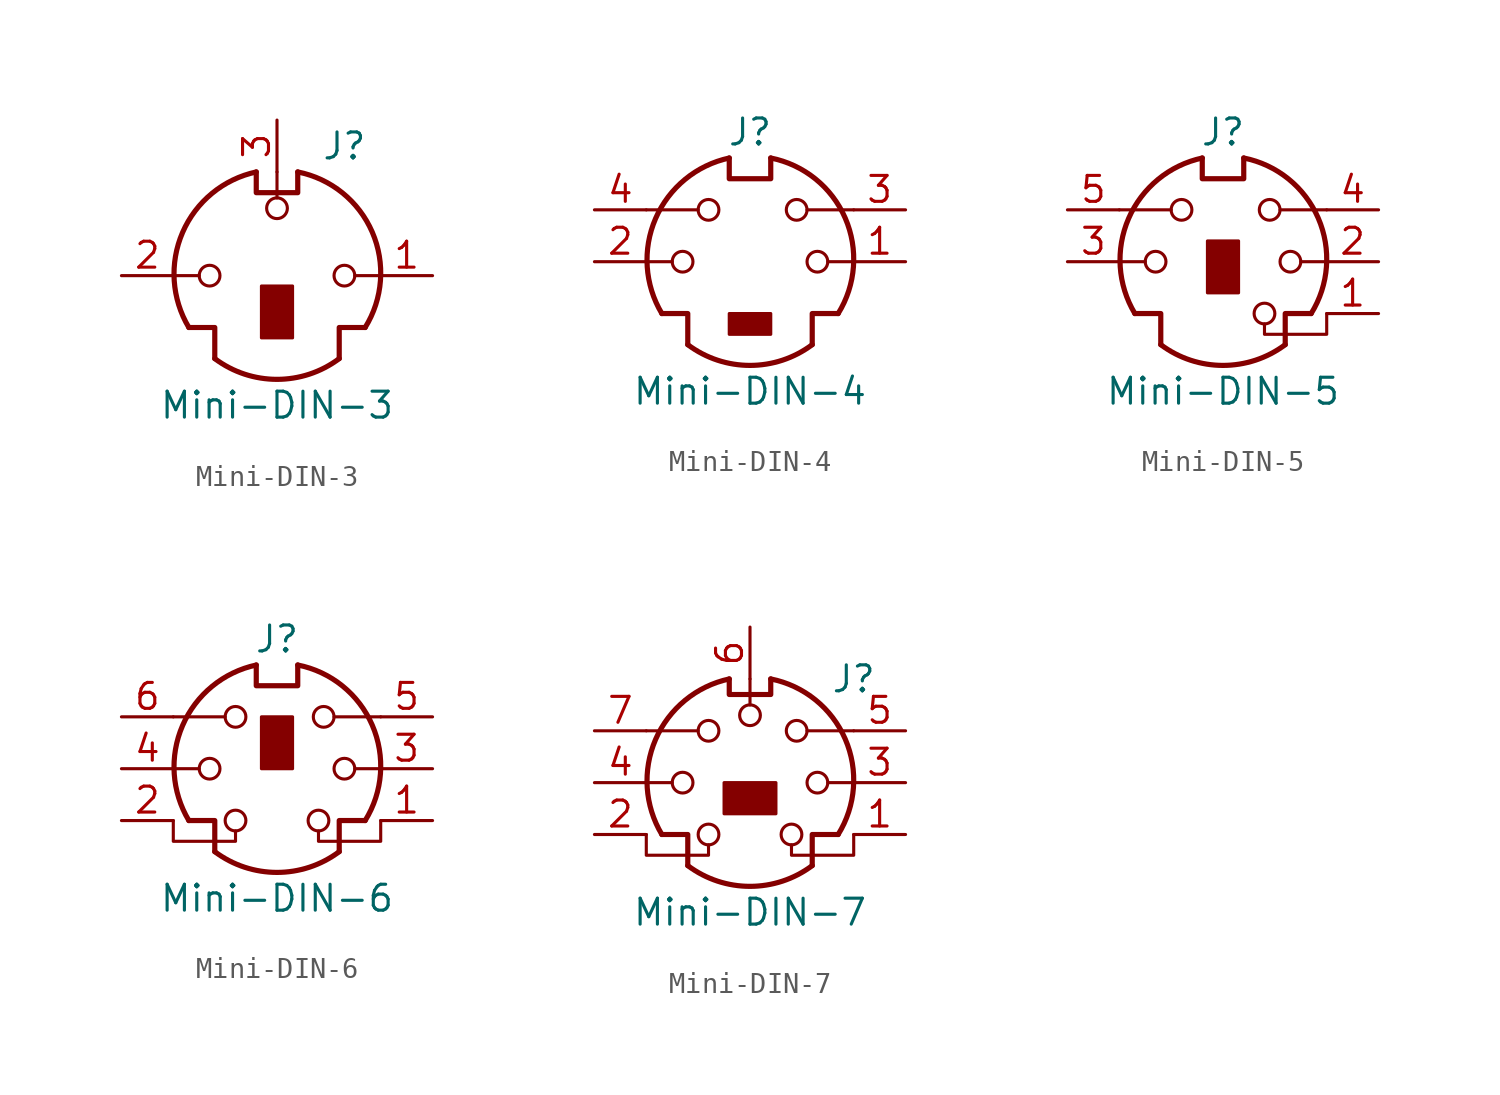
<source format=kicad_sym>
(kicad_symbol_lib
  (version 20211014)
  (generator kicad_symbol_editor)
  (symbol "Mini-DIN-3"
    (pin_names
      (offset 1.016))
    (property "Reference" "J"
      (at 3.302 6.35 0)
      (effects (font (size 1.27 1.27))))
    (property "Value" "Mini-DIN-3"
      (at 0 -6.35 0)
      (effects (font (size 1.27 1.27))))
    (symbol "Mini-DIN-3_0_1"
      (circle (center -3.302 0) (radius 0.508) (stroke (width 0) (type default) (color 0 0 0 0)) (fill (type none)))
      (arc (start -3.048 -4.064) (mid 0 -5.08) (end 3.048 -4.064) (stroke (width 0.254) (type default) (color 0 0 0 0)) (fill (type none)))
      (arc (start -1.016 5.08) (mid -4.6243 2.1181) (end -4.318 -2.54) (stroke (width 0.254) (type default) (color 0 0 0 0)) (fill (type none)))
      (rectangle (start -0.762 -0.508) (end 0.762 -3.048) (stroke (width 0) (type default) (color 0 0 0 0)) (fill (type outline)))
      (polyline (pts (xy -3.81 0) (xy -5.08 0)) (stroke (width 0) (type default) (color 0 0 0 0)) (fill (type none)))
      (polyline (pts (xy 0 3.81) (xy 0 5.08)) (stroke (width 0) (type default) (color 0 0 0 0)) (fill (type none)))
      (polyline (pts (xy 5.08 0) (xy 3.81 0)) (stroke (width 0) (type default) (color 0 0 0 0)) (fill (type none)))
      (polyline (pts (xy -4.318 -2.54) (xy -3.048 -2.54) (xy -3.048 -4.064)) (stroke (width 0.254) (type default) (color 0 0 0 0)) (fill (type none)))
      (polyline (pts (xy 4.318 -2.54) (xy 3.048 -2.54) (xy 3.048 -4.064)) (stroke (width 0.254) (type default) (color 0 0 0 0)) (fill (type none)))
      (polyline (pts (xy -1.016 5.08) (xy -1.016 4.064) (xy 1.016 4.064) (xy 1.016 5.08)) (stroke (width 0.254) (type default) (color 0 0 0 0)) (fill (type none)))
      (circle (center 0 3.302) (radius 0.508) (stroke (width 0) (type default) (color 0 0 0 0)) (fill (type none)))
      (circle (center 3.302 0) (radius 0.508) (stroke (width 0) (type default) (color 0 0 0 0)) (fill (type none)))
      (arc (start 4.318 -2.54) (mid 4.6646 2.1357) (end 1.016 5.08) (stroke (width 0.254) (type default) (color 0 0 0 0)) (fill (type none))))
    (symbol "Mini-DIN-3_1_1"
      (pin passive line (at 7.62 0 180) (length 2.54) (name "~" (effects (font (size 1.27 1.27)))) (number "1" (effects (font (size 1.27 1.27)))))
      (pin passive line (at -7.62 0 0) (length 2.54) (name "~" (effects (font (size 1.27 1.27)))) (number "2" (effects (font (size 1.27 1.27)))))
      (pin passive line (at 0 7.62 270) (length 2.54) (name "~" (effects (font (size 1.27 1.27)))) (number "3" (effects (font (size 1.27 1.27)))))))
  (symbol "Mini-DIN-4"
    (pin_names
      (offset 1.016))
    (property "Reference" "J"
      (at 0 6.35 0)
      (effects (font (size 1.27 1.27))))
    (property "Value" "Mini-DIN-4"
      (at 0 -6.35 0)
      (effects (font (size 1.27 1.27))))
    (symbol "Mini-DIN-4_0_1"
      (circle (center -3.302 0) (radius 0.508) (stroke (width 0) (type default) (color 0 0 0 0)) (fill (type none)))
      (arc (start -3.048 -4.064) (mid 0 -5.08) (end 3.048 -4.064) (stroke (width 0.254) (type default) (color 0 0 0 0)) (fill (type none)))
      (circle (center -2.032 2.54) (radius 0.508) (stroke (width 0) (type default) (color 0 0 0 0)) (fill (type none)))
      (rectangle (start -1.016 -2.54) (end 1.016 -3.556) (stroke (width 0) (type default) (color 0 0 0 0)) (fill (type outline)))
      (arc (start -1.016 5.08) (mid -4.6243 2.1181) (end -4.318 -2.54) (stroke (width 0.254) (type default) (color 0 0 0 0)) (fill (type none)))
      (polyline (pts (xy -3.81 0) (xy -5.08 0)) (stroke (width 0) (type default) (color 0 0 0 0)) (fill (type none)))
      (polyline (pts (xy -2.54 2.54) (xy -5.08 2.54)) (stroke (width 0) (type default) (color 0 0 0 0)) (fill (type none)))
      (polyline (pts (xy 2.794 2.54) (xy 5.08 2.54)) (stroke (width 0) (type default) (color 0 0 0 0)) (fill (type none)))
      (polyline (pts (xy 5.08 0) (xy 3.81 0)) (stroke (width 0) (type default) (color 0 0 0 0)) (fill (type none)))
      (polyline (pts (xy -4.318 -2.54) (xy -3.048 -2.54) (xy -3.048 -4.064)) (stroke (width 0.254) (type default) (color 0 0 0 0)) (fill (type none)))
      (polyline (pts (xy 4.318 -2.54) (xy 3.048 -2.54) (xy 3.048 -4.064)) (stroke (width 0.254) (type default) (color 0 0 0 0)) (fill (type none)))
      (polyline (pts (xy -1.016 5.08) (xy -1.016 4.064) (xy 1.016 4.064) (xy 1.016 5.08)) (stroke (width 0.254) (type default) (color 0 0 0 0)) (fill (type none)))
      (circle (center 2.286 2.54) (radius 0.508) (stroke (width 0) (type default) (color 0 0 0 0)) (fill (type none)))
      (circle (center 3.302 0) (radius 0.508) (stroke (width 0) (type default) (color 0 0 0 0)) (fill (type none)))
      (arc (start 4.318 -2.54) (mid 4.6646 2.1357) (end 1.016 5.08) (stroke (width 0.254) (type default) (color 0 0 0 0)) (fill (type none))))
    (symbol "Mini-DIN-4_1_1"
      (pin passive line (at 7.62 0 180) (length 2.54) (name "~" (effects (font (size 1.27 1.27)))) (number "1" (effects (font (size 1.27 1.27)))))
      (pin passive line (at -7.62 0 0) (length 2.54) (name "~" (effects (font (size 1.27 1.27)))) (number "2" (effects (font (size 1.27 1.27)))))
      (pin passive line (at 7.62 2.54 180) (length 2.54) (name "~" (effects (font (size 1.27 1.27)))) (number "3" (effects (font (size 1.27 1.27)))))
      (pin passive line (at -7.62 2.54 0) (length 2.54) (name "~" (effects (font (size 1.27 1.27)))) (number "4" (effects (font (size 1.27 1.27)))))))
  (symbol "Mini-DIN-5"
    (pin_names
      (offset 1.016))
    (property "Reference" "J"
      (at 0 6.35 0)
      (effects (font (size 1.27 1.27))))
    (property "Value" "Mini-DIN-5"
      (at 0 -6.35 0)
      (effects (font (size 1.27 1.27))))
    (symbol "Mini-DIN-5_0_1"
      (circle (center -3.302 0) (radius 0.508) (stroke (width 0) (type default) (color 0 0 0 0)) (fill (type none)))
      (arc (start -3.048 -4.064) (mid 0 -5.08) (end 3.048 -4.064) (stroke (width 0.254) (type default) (color 0 0 0 0)) (fill (type none)))
      (circle (center -2.032 2.54) (radius 0.508) (stroke (width 0) (type default) (color 0 0 0 0)) (fill (type none)))
      (arc (start -1.016 5.08) (mid -4.6243 2.1181) (end -4.318 -2.54) (stroke (width 0.254) (type default) (color 0 0 0 0)) (fill (type none)))
      (rectangle (start -0.762 1.016) (end 0.762 -1.524) (stroke (width 0) (type default) (color 0 0 0 0)) (fill (type outline)))
      (polyline (pts (xy -3.81 0) (xy -5.08 0)) (stroke (width 0) (type default) (color 0 0 0 0)) (fill (type none)))
      (polyline (pts (xy -2.54 2.54) (xy -5.08 2.54)) (stroke (width 0) (type default) (color 0 0 0 0)) (fill (type none)))
      (polyline (pts (xy 2.794 2.54) (xy 5.08 2.54)) (stroke (width 0) (type default) (color 0 0 0 0)) (fill (type none)))
      (polyline (pts (xy 5.08 0) (xy 3.81 0)) (stroke (width 0) (type default) (color 0 0 0 0)) (fill (type none)))
      (polyline (pts (xy -4.318 -2.54) (xy -3.048 -2.54) (xy -3.048 -4.064)) (stroke (width 0.254) (type default) (color 0 0 0 0)) (fill (type none)))
      (polyline (pts (xy 4.318 -2.54) (xy 3.048 -2.54) (xy 3.048 -4.064)) (stroke (width 0.254) (type default) (color 0 0 0 0)) (fill (type none)))
      (polyline (pts (xy -1.016 5.08) (xy -1.016 4.064) (xy 1.016 4.064) (xy 1.016 5.08)) (stroke (width 0.254) (type default) (color 0 0 0 0)) (fill (type none)))
      (polyline (pts (xy 2.032 -3.048) (xy 2.032 -3.556) (xy 5.08 -3.556) (xy 5.08 -2.54)) (stroke (width 0) (type default) (color 0 0 0 0)) (fill (type none)))
      (circle (center 2.032 -2.54) (radius 0.508) (stroke (width 0) (type default) (color 0 0 0 0)) (fill (type none)))
      (circle (center 2.286 2.54) (radius 0.508) (stroke (width 0) (type default) (color 0 0 0 0)) (fill (type none)))
      (circle (center 3.302 0) (radius 0.508) (stroke (width 0) (type default) (color 0 0 0 0)) (fill (type none)))
      (arc (start 4.318 -2.54) (mid 4.6646 2.1357) (end 1.016 5.08) (stroke (width 0.254) (type default) (color 0 0 0 0)) (fill (type none))))
    (symbol "Mini-DIN-5_1_1"
      (pin passive line (at 7.62 -2.54 180) (length 2.54) (name "~" (effects (font (size 1.27 1.27)))) (number "1" (effects (font (size 1.27 1.27)))))
      (pin passive line (at 7.62 0 180) (length 2.54) (name "~" (effects (font (size 1.27 1.27)))) (number "2" (effects (font (size 1.27 1.27)))))
      (pin passive line (at -7.62 0 0) (length 2.54) (name "~" (effects (font (size 1.27 1.27)))) (number "3" (effects (font (size 1.27 1.27)))))
      (pin passive line (at 7.62 2.54 180) (length 2.54) (name "~" (effects (font (size 1.27 1.27)))) (number "4" (effects (font (size 1.27 1.27)))))
      (pin passive line (at -7.62 2.54 0) (length 2.54) (name "~" (effects (font (size 1.27 1.27)))) (number "5" (effects (font (size 1.27 1.27)))))))
  (symbol "Mini-DIN-6"
    (pin_names
      (offset 1.016))
    (property "Reference" "J"
      (at 0 6.35 0)
      (effects (font (size 1.27 1.27))))
    (property "Value" "Mini-DIN-6"
      (at 0 -6.35 0)
      (effects (font (size 1.27 1.27))))
    (symbol "Mini-DIN-6_0_1"
      (circle (center -3.302 0) (radius 0.508) (stroke (width 0) (type default) (color 0 0 0 0)) (fill (type none)))
      (arc (start -3.048 -4.064) (mid 0 -5.08) (end 3.048 -4.064) (stroke (width 0.254) (type default) (color 0 0 0 0)) (fill (type none)))
      (circle (center -2.032 -2.54) (radius 0.508) (stroke (width 0) (type default) (color 0 0 0 0)) (fill (type none)))
      (circle (center -2.032 2.54) (radius 0.508) (stroke (width 0) (type default) (color 0 0 0 0)) (fill (type none)))
      (arc (start -1.016 5.08) (mid -4.6243 2.1181) (end -4.318 -2.54) (stroke (width 0.254) (type default) (color 0 0 0 0)) (fill (type none)))
      (rectangle (start -0.762 2.54) (end 0.762 0) (stroke (width 0) (type default) (color 0 0 0 0)) (fill (type outline)))
      (polyline (pts (xy -3.81 0) (xy -5.08 0)) (stroke (width 0) (type default) (color 0 0 0 0)) (fill (type none)))
      (polyline (pts (xy -2.54 2.54) (xy -5.08 2.54)) (stroke (width 0) (type default) (color 0 0 0 0)) (fill (type none)))
      (polyline (pts (xy 2.794 2.54) (xy 5.08 2.54)) (stroke (width 0) (type default) (color 0 0 0 0)) (fill (type none)))
      (polyline (pts (xy 5.08 0) (xy 3.81 0)) (stroke (width 0) (type default) (color 0 0 0 0)) (fill (type none)))
      (polyline (pts (xy -4.318 -2.54) (xy -3.048 -2.54) (xy -3.048 -4.064)) (stroke (width 0.254) (type default) (color 0 0 0 0)) (fill (type none)))
      (polyline (pts (xy 4.318 -2.54) (xy 3.048 -2.54) (xy 3.048 -4.064)) (stroke (width 0.254) (type default) (color 0 0 0 0)) (fill (type none)))
      (polyline (pts (xy -2.032 -3.048) (xy -2.032 -3.556) (xy -5.08 -3.556) (xy -5.08 -2.54)) (stroke (width 0) (type default) (color 0 0 0 0)) (fill (type none)))
      (polyline (pts (xy -1.016 5.08) (xy -1.016 4.064) (xy 1.016 4.064) (xy 1.016 5.08)) (stroke (width 0.254) (type default) (color 0 0 0 0)) (fill (type none)))
      (polyline (pts (xy 2.032 -3.048) (xy 2.032 -3.556) (xy 5.08 -3.556) (xy 5.08 -2.54)) (stroke (width 0) (type default) (color 0 0 0 0)) (fill (type none)))
      (circle (center 2.032 -2.54) (radius 0.508) (stroke (width 0) (type default) (color 0 0 0 0)) (fill (type none)))
      (circle (center 2.286 2.54) (radius 0.508) (stroke (width 0) (type default) (color 0 0 0 0)) (fill (type none)))
      (circle (center 3.302 0) (radius 0.508) (stroke (width 0) (type default) (color 0 0 0 0)) (fill (type none)))
      (arc (start 4.318 -2.54) (mid 4.6646 2.1357) (end 1.016 5.08) (stroke (width 0.254) (type default) (color 0 0 0 0)) (fill (type none))))
    (symbol "Mini-DIN-6_1_1"
      (pin passive line (at 7.62 -2.54 180) (length 2.54) (name "~" (effects (font (size 1.27 1.27)))) (number "1" (effects (font (size 1.27 1.27)))))
      (pin passive line (at -7.62 -2.54 0) (length 2.54) (name "~" (effects (font (size 1.27 1.27)))) (number "2" (effects (font (size 1.27 1.27)))))
      (pin passive line (at 7.62 0 180) (length 2.54) (name "~" (effects (font (size 1.27 1.27)))) (number "3" (effects (font (size 1.27 1.27)))))
      (pin passive line (at -7.62 0 0) (length 2.54) (name "~" (effects (font (size 1.27 1.27)))) (number "4" (effects (font (size 1.27 1.27)))))
      (pin passive line (at 7.62 2.54 180) (length 2.54) (name "~" (effects (font (size 1.27 1.27)))) (number "5" (effects (font (size 1.27 1.27)))))
      (pin passive line (at -7.62 2.54 0) (length 2.54) (name "~" (effects (font (size 1.27 1.27)))) (number "6" (effects (font (size 1.27 1.27)))))))
  (symbol "Mini-DIN-7"
    (pin_names
      (offset 1.016))
    (property "Reference" "J"
      (at 5.08 5.08 0)
      (effects (font (size 1.27 1.27))))
    (property "Value" "Mini-DIN-7"
      (at 0 -6.35 0)
      (effects (font (size 1.27 1.27))))
    (symbol "Mini-DIN-7_0_1"
      (circle (center -3.302 0) (radius 0.508) (stroke (width 0) (type default) (color 0 0 0 0)) (fill (type none)))
      (arc (start -3.048 -4.064) (mid 0 -5.08) (end 3.048 -4.064) (stroke (width 0.254) (type default) (color 0 0 0 0)) (fill (type none)))
      (circle (center -2.032 -2.54) (radius 0.508) (stroke (width 0) (type default) (color 0 0 0 0)) (fill (type none)))
      (circle (center -2.032 2.54) (radius 0.508) (stroke (width 0) (type default) (color 0 0 0 0)) (fill (type none)))
      (arc (start -1.016 5.08) (mid -4.6243 2.1181) (end -4.318 -2.54) (stroke (width 0.254) (type default) (color 0 0 0 0)) (fill (type none)))
      (polyline (pts (xy -3.81 0) (xy -5.08 0)) (stroke (width 0) (type default) (color 0 0 0 0)) (fill (type none)))
      (polyline (pts (xy -2.54 2.54) (xy -5.08 2.54)) (stroke (width 0) (type default) (color 0 0 0 0)) (fill (type none)))
      (polyline (pts (xy 0 3.81) (xy 0 5.08)) (stroke (width 0) (type default) (color 0 0 0 0)) (fill (type none)))
      (polyline (pts (xy 2.794 2.54) (xy 5.08 2.54)) (stroke (width 0) (type default) (color 0 0 0 0)) (fill (type none)))
      (polyline (pts (xy 5.08 0) (xy 3.81 0)) (stroke (width 0) (type default) (color 0 0 0 0)) (fill (type none)))
      (polyline (pts (xy -4.318 -2.54) (xy -3.048 -2.54) (xy -3.048 -4.064)) (stroke (width 0.254) (type default) (color 0 0 0 0)) (fill (type none)))
      (polyline (pts (xy 4.318 -2.54) (xy 3.048 -2.54) (xy 3.048 -4.064)) (stroke (width 0.254) (type default) (color 0 0 0 0)) (fill (type none)))
      (polyline (pts (xy -2.032 -3.048) (xy -2.032 -3.556) (xy -5.08 -3.556) (xy -5.08 -2.54)) (stroke (width 0) (type default) (color 0 0 0 0)) (fill (type none)))
      (polyline (pts (xy -1.016 5.08) (xy -1.016 4.318) (xy 1.016 4.318) (xy 1.016 5.08)) (stroke (width 0.254) (type default) (color 0 0 0 0)) (fill (type none)))
      (polyline (pts (xy 2.032 -3.048) (xy 2.032 -3.556) (xy 5.08 -3.556) (xy 5.08 -2.54)) (stroke (width 0) (type default) (color 0 0 0 0)) (fill (type none)))
      (circle (center 0 3.302) (radius 0.508) (stroke (width 0) (type default) (color 0 0 0 0)) (fill (type none)))
      (circle (center 2.032 -2.54) (radius 0.508) (stroke (width 0) (type default) (color 0 0 0 0)) (fill (type none)))
      (circle (center 2.286 2.54) (radius 0.508) (stroke (width 0) (type default) (color 0 0 0 0)) (fill (type none)))
      (circle (center 3.302 0) (radius 0.508) (stroke (width 0) (type default) (color 0 0 0 0)) (fill (type none)))
      (arc (start 4.318 -2.54) (mid 4.6646 2.1357) (end 1.016 5.08) (stroke (width 0.254) (type default) (color 0 0 0 0)) (fill (type none))))
    (symbol "Mini-DIN-7_1_1"
      (rectangle (start -1.27 -1.524) (end 1.27 0) (stroke (width 0) (type default) (color 0 0 0 0)) (fill (type outline)))
      (pin passive line (at 7.62 -2.54 180) (length 2.54) (name "~" (effects (font (size 1.27 1.27)))) (number "1" (effects (font (size 1.27 1.27)))))
      (pin passive line (at -7.62 -2.54 0) (length 2.54) (name "~" (effects (font (size 1.27 1.27)))) (number "2" (effects (font (size 1.27 1.27)))))
      (pin passive line (at 7.62 0 180) (length 2.54) (name "~" (effects (font (size 1.27 1.27)))) (number "3" (effects (font (size 1.27 1.27)))))
      (pin passive line (at -7.62 0 0) (length 2.54) (name "~" (effects (font (size 1.27 1.27)))) (number "4" (effects (font (size 1.27 1.27)))))
      (pin passive line (at 7.62 2.54 180) (length 2.54) (name "~" (effects (font (size 1.27 1.27)))) (number "5" (effects (font (size 1.27 1.27)))))
      (pin passive line (at 0 7.62 270) (length 2.54) (name "~" (effects (font (size 1.27 1.27)))) (number "6" (effects (font (size 1.27 1.27)))))
      (pin passive line (at -7.62 2.54 0) (length 2.54) (name "~" (effects (font (size 1.27 1.27)))) (number "7" (effects (font (size 1.27 1.27))))))))
</source>
